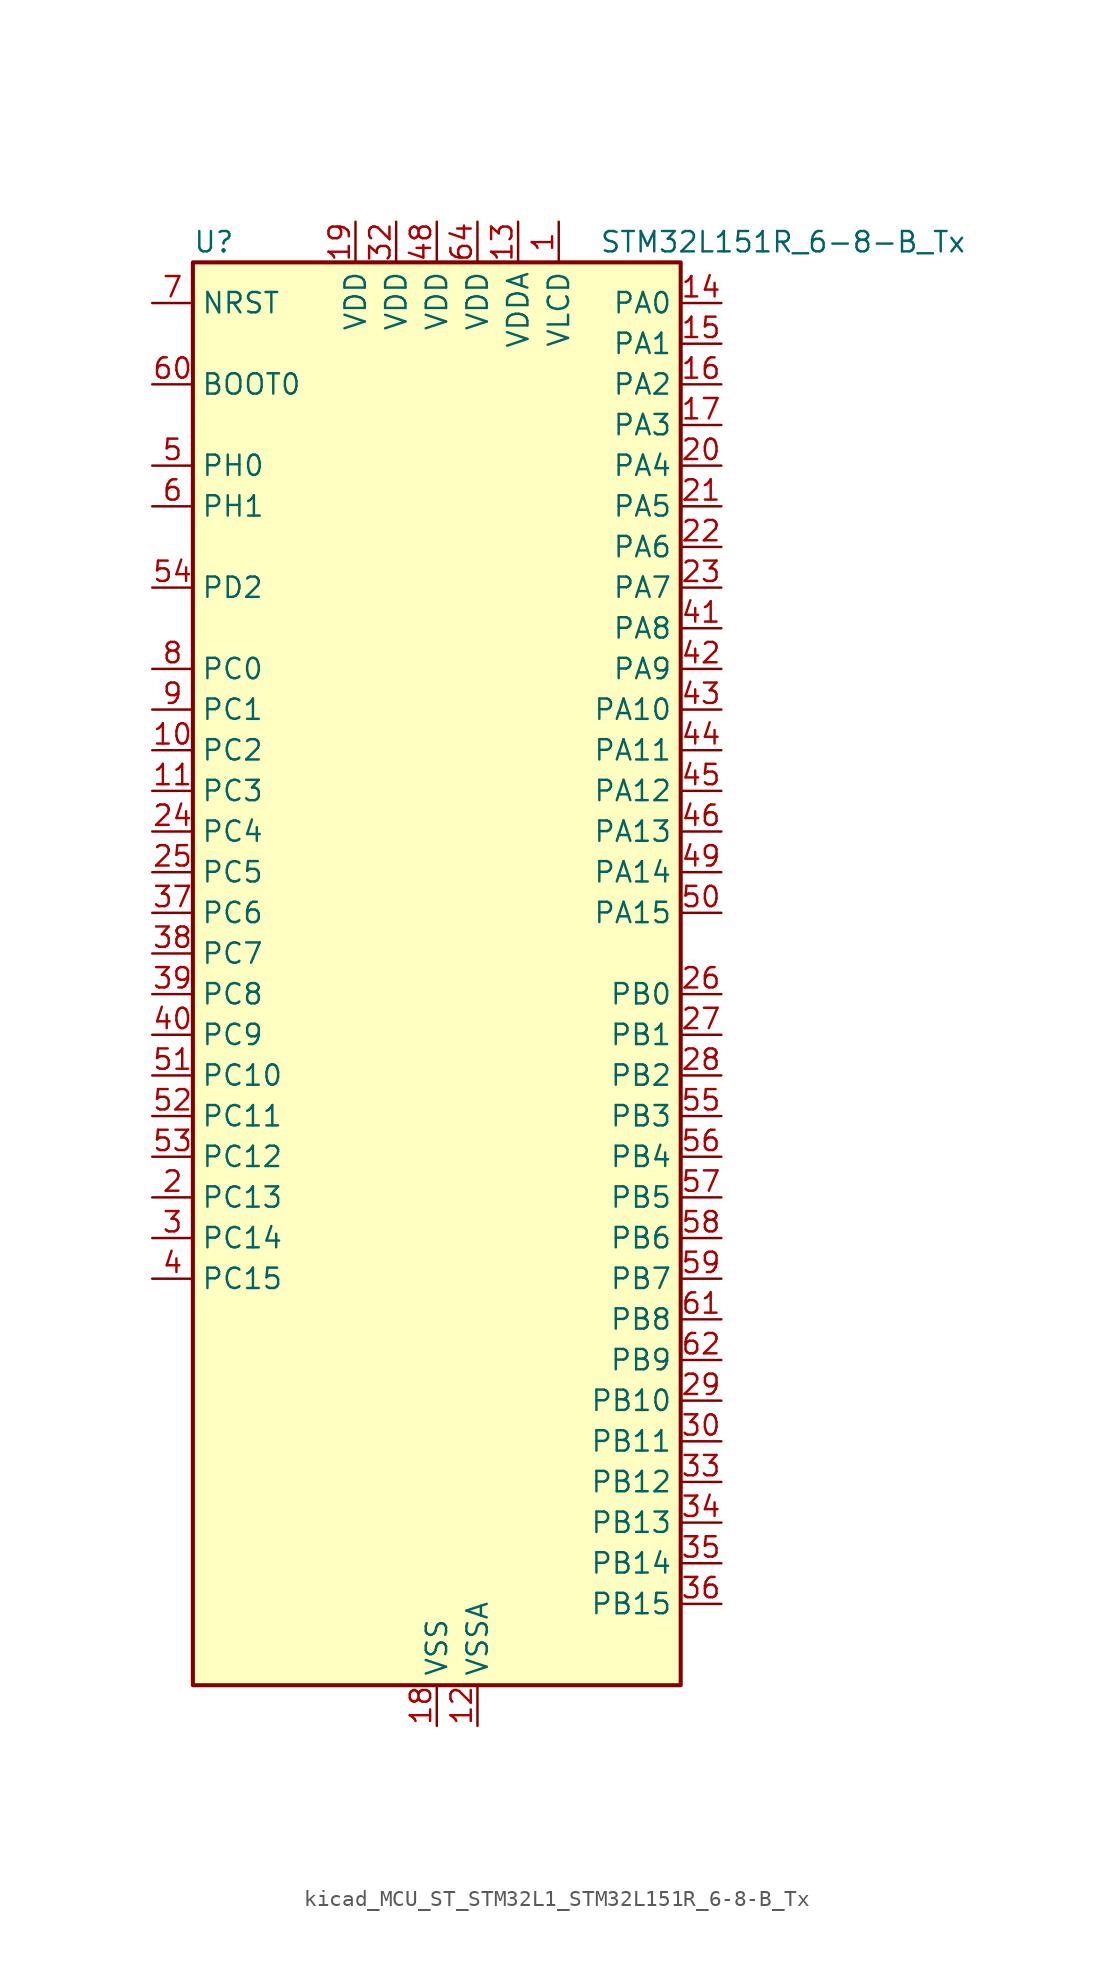
<source format=kicad_sym>
(kicad_symbol_lib
  (version 20220914)
  (generator kicad_symbol_editor)
  (symbol "kicad_MCU_ST_STM32L1_STM32L151R_6-8-B_Tx"
    (property "Reference" "U"
      (at -15.24 46.99 0)
      (effects (font (size 1.27 1.27)) (justify left)))
    (property "Value" "STM32L151R_6-8-B_Tx"
      (at 10.16 46.99 0)
      (effects (font (size 1.27 1.27)) (justify left)))
    (property "ki_locked" ""
      (at 0 0 0)
      (effects (font (size 1.27 1.27))))
    (symbol "kicad_MCU_ST_STM32L1_STM32L151R_6-8-B_Tx_0_1"
      (rectangle (start -15.24 -43.18) (end 15.24 45.72) (stroke (width 0.254) (type default)) (fill (type background))))
    (symbol "kicad_MCU_ST_STM32L1_STM32L151R_6-8-B_Tx_1_1"
      (pin power_in line (at 7.62 48.26 270) (length 2.54) (name "VLCD" (effects (font (size 1.27 1.27)))) (number "1" (effects (font (size 1.27 1.27)))))
      (pin bidirectional line (at -17.78 15.24 0) (length 2.54) (name "PC2" (effects (font (size 1.27 1.27)))) (number "10" (effects (font (size 1.27 1.27)))) (alternate "ADC_IN12" bidirectional line) (alternate "COMP1_INP" bidirectional line) (alternate "TIMX_IC3" bidirectional line) (alternate "TS_G8_IO3" bidirectional line))
      (pin bidirectional line (at -17.78 12.7 0) (length 2.54) (name "PC3" (effects (font (size 1.27 1.27)))) (number "11" (effects (font (size 1.27 1.27)))) (alternate "ADC_IN13" bidirectional line) (alternate "COMP1_INP" bidirectional line) (alternate "TIMX_IC4" bidirectional line) (alternate "TS_G8_IO4" bidirectional line))
      (pin power_in line (at 2.54 -45.72 90) (length 2.54) (name "VSSA" (effects (font (size 1.27 1.27)))) (number "12" (effects (font (size 1.27 1.27)))))
      (pin power_in line (at 5.08 48.26 270) (length 2.54) (name "VDDA" (effects (font (size 1.27 1.27)))) (number "13" (effects (font (size 1.27 1.27)))))
      (pin bidirectional line (at 17.78 43.18 180) (length 2.54) (name "PA0" (effects (font (size 1.27 1.27)))) (number "14" (effects (font (size 1.27 1.27)))) (alternate "ADC_IN0" bidirectional line) (alternate "COMP1_INP" bidirectional line) (alternate "SYS_WKUP1" bidirectional line) (alternate "TIM2_CH1" bidirectional line) (alternate "TIM2_ETR" bidirectional line) (alternate "TIMX_IC1" bidirectional line) (alternate "TS_G1_IO1" bidirectional line) (alternate "USART2_CTS" bidirectional line))
      (pin bidirectional line (at 17.78 40.64 180) (length 2.54) (name "PA1" (effects (font (size 1.27 1.27)))) (number "15" (effects (font (size 1.27 1.27)))) (alternate "ADC_IN1" bidirectional line) (alternate "COMP1_INP" bidirectional line) (alternate "TIM2_CH2" bidirectional line) (alternate "TIMX_IC2" bidirectional line) (alternate "TS_G1_IO2" bidirectional line) (alternate "USART2_RTS" bidirectional line))
      (pin bidirectional line (at 17.78 38.1 180) (length 2.54) (name "PA2" (effects (font (size 1.27 1.27)))) (number "16" (effects (font (size 1.27 1.27)))) (alternate "ADC_IN2" bidirectional line) (alternate "COMP1_INP" bidirectional line) (alternate "TIM2_CH3" bidirectional line) (alternate "TIM9_CH1" bidirectional line) (alternate "TIMX_IC3" bidirectional line) (alternate "TS_G1_IO3" bidirectional line) (alternate "USART2_TX" bidirectional line))
      (pin bidirectional line (at 17.78 35.56 180) (length 2.54) (name "PA3" (effects (font (size 1.27 1.27)))) (number "17" (effects (font (size 1.27 1.27)))) (alternate "ADC_IN3" bidirectional line) (alternate "COMP1_INP" bidirectional line) (alternate "TIM2_CH4" bidirectional line) (alternate "TIM9_CH2" bidirectional line) (alternate "TIMX_IC4" bidirectional line) (alternate "TS_G1_IO4" bidirectional line) (alternate "USART2_RX" bidirectional line))
      (pin power_in line (at 0 -45.72 90) (length 2.54) (name "VSS" (effects (font (size 1.27 1.27)))) (number "18" (effects (font (size 1.27 1.27)))))
      (pin power_in line (at -5.08 48.26 270) (length 2.54) (name "VDD" (effects (font (size 1.27 1.27)))) (number "19" (effects (font (size 1.27 1.27)))))
      (pin bidirectional line (at -17.78 -12.7 0) (length 2.54) (name "PC13" (effects (font (size 1.27 1.27)))) (number "2" (effects (font (size 1.27 1.27)))) (alternate "RTC_OUT_ALARM" bidirectional line) (alternate "RTC_OUT_CALIB" bidirectional line) (alternate "RTC_TAMP1" bidirectional line) (alternate "RTC_TS" bidirectional line) (alternate "SYS_WKUP2" bidirectional line) (alternate "TIMX_IC2" bidirectional line))
      (pin bidirectional line (at 17.78 33.02 180) (length 2.54) (name "PA4" (effects (font (size 1.27 1.27)))) (number "20" (effects (font (size 1.27 1.27)))) (alternate "ADC_IN4" bidirectional line) (alternate "COMP1_INP" bidirectional line) (alternate "DAC_OUT1" bidirectional line) (alternate "SPI1_NSS" bidirectional line) (alternate "TIMX_IC1" bidirectional line) (alternate "USART2_CK" bidirectional line))
      (pin bidirectional line (at 17.78 30.48 180) (length 2.54) (name "PA5" (effects (font (size 1.27 1.27)))) (number "21" (effects (font (size 1.27 1.27)))) (alternate "ADC_IN5" bidirectional line) (alternate "COMP1_INP" bidirectional line) (alternate "DAC_OUT2" bidirectional line) (alternate "SPI1_SCK" bidirectional line) (alternate "TIM2_CH1" bidirectional line) (alternate "TIM2_ETR" bidirectional line) (alternate "TIMX_IC2" bidirectional line))
      (pin bidirectional line (at 17.78 27.94 180) (length 2.54) (name "PA6" (effects (font (size 1.27 1.27)))) (number "22" (effects (font (size 1.27 1.27)))) (alternate "ADC_IN6" bidirectional line) (alternate "COMP1_INP" bidirectional line) (alternate "SPI1_MISO" bidirectional line) (alternate "TIM10_CH1" bidirectional line) (alternate "TIM3_CH1" bidirectional line) (alternate "TIMX_IC3" bidirectional line) (alternate "TS_G2_IO1" bidirectional line))
      (pin bidirectional line (at 17.78 25.4 180) (length 2.54) (name "PA7" (effects (font (size 1.27 1.27)))) (number "23" (effects (font (size 1.27 1.27)))) (alternate "ADC_IN7" bidirectional line) (alternate "COMP1_INP" bidirectional line) (alternate "SPI1_MOSI" bidirectional line) (alternate "TIM11_CH1" bidirectional line) (alternate "TIM3_CH2" bidirectional line) (alternate "TIMX_IC4" bidirectional line) (alternate "TS_G2_IO2" bidirectional line))
      (pin bidirectional line (at -17.78 10.16 0) (length 2.54) (name "PC4" (effects (font (size 1.27 1.27)))) (number "24" (effects (font (size 1.27 1.27)))) (alternate "ADC_IN14" bidirectional line) (alternate "COMP1_INP" bidirectional line) (alternate "TIMX_IC1" bidirectional line) (alternate "TS_G9_IO1" bidirectional line))
      (pin bidirectional line (at -17.78 7.62 0) (length 2.54) (name "PC5" (effects (font (size 1.27 1.27)))) (number "25" (effects (font (size 1.27 1.27)))) (alternate "ADC_IN15" bidirectional line) (alternate "COMP1_INP" bidirectional line) (alternate "TIMX_IC2" bidirectional line) (alternate "TS_G9_IO2" bidirectional line))
      (pin bidirectional line (at 17.78 0 180) (length 2.54) (name "PB0" (effects (font (size 1.27 1.27)))) (number "26" (effects (font (size 1.27 1.27)))) (alternate "ADC_IN8" bidirectional line) (alternate "COMP1_INP" bidirectional line) (alternate "SYS_V_REF_OUT" bidirectional line) (alternate "TIM3_CH3" bidirectional line) (alternate "TS_G3_IO1" bidirectional line))
      (pin bidirectional line (at 17.78 -2.54 180) (length 2.54) (name "PB1" (effects (font (size 1.27 1.27)))) (number "27" (effects (font (size 1.27 1.27)))) (alternate "ADC_IN9" bidirectional line) (alternate "COMP1_INP" bidirectional line) (alternate "SYS_V_REF_OUT" bidirectional line) (alternate "TIM3_CH4" bidirectional line) (alternate "TS_G3_IO2" bidirectional line))
      (pin bidirectional line (at 17.78 -5.08 180) (length 2.54) (name "PB2" (effects (font (size 1.27 1.27)))) (number "28" (effects (font (size 1.27 1.27)))))
      (pin bidirectional line (at 17.78 -25.4 180) (length 2.54) (name "PB10" (effects (font (size 1.27 1.27)))) (number "29" (effects (font (size 1.27 1.27)))) (alternate "I2C2_SCL" bidirectional line) (alternate "TIM2_CH3" bidirectional line) (alternate "USART3_TX" bidirectional line))
      (pin bidirectional line (at -17.78 -15.24 0) (length 2.54) (name "PC14" (effects (font (size 1.27 1.27)))) (number "3" (effects (font (size 1.27 1.27)))) (alternate "RCC_OSC32_IN" bidirectional line) (alternate "TIMX_IC3" bidirectional line))
      (pin bidirectional line (at 17.78 -27.94 180) (length 2.54) (name "PB11" (effects (font (size 1.27 1.27)))) (number "30" (effects (font (size 1.27 1.27)))) (alternate "ADC_EXTI11" bidirectional line) (alternate "I2C2_SDA" bidirectional line) (alternate "TIM2_CH4" bidirectional line) (alternate "USART3_RX" bidirectional line))
      (pin passive line (at 0 -45.72 90) (length 2.54) hide (name "VSS" (effects (font (size 1.27 1.27)))) (number "31" (effects (font (size 1.27 1.27)))))
      (pin power_in line (at -2.54 48.26 270) (length 2.54) (name "VDD" (effects (font (size 1.27 1.27)))) (number "32" (effects (font (size 1.27 1.27)))))
      (pin bidirectional line (at 17.78 -30.48 180) (length 2.54) (name "PB12" (effects (font (size 1.27 1.27)))) (number "33" (effects (font (size 1.27 1.27)))) (alternate "ADC_IN18" bidirectional line) (alternate "COMP1_INP" bidirectional line) (alternate "I2C2_SMBA" bidirectional line) (alternate "SPI2_NSS" bidirectional line) (alternate "TIM10_CH1" bidirectional line) (alternate "TS_G7_IO1" bidirectional line) (alternate "USART3_CK" bidirectional line))
      (pin bidirectional line (at 17.78 -33.02 180) (length 2.54) (name "PB13" (effects (font (size 1.27 1.27)))) (number "34" (effects (font (size 1.27 1.27)))) (alternate "ADC_IN19" bidirectional line) (alternate "COMP1_INP" bidirectional line) (alternate "SPI2_SCK" bidirectional line) (alternate "TIM9_CH1" bidirectional line) (alternate "TS_G7_IO2" bidirectional line) (alternate "USART3_CTS" bidirectional line))
      (pin bidirectional line (at 17.78 -35.56 180) (length 2.54) (name "PB14" (effects (font (size 1.27 1.27)))) (number "35" (effects (font (size 1.27 1.27)))) (alternate "ADC_IN20" bidirectional line) (alternate "COMP1_INP" bidirectional line) (alternate "SPI2_MISO" bidirectional line) (alternate "TIM9_CH2" bidirectional line) (alternate "TS_G7_IO3" bidirectional line) (alternate "USART3_RTS" bidirectional line))
      (pin bidirectional line (at 17.78 -38.1 180) (length 2.54) (name "PB15" (effects (font (size 1.27 1.27)))) (number "36" (effects (font (size 1.27 1.27)))) (alternate "ADC_EXTI15" bidirectional line) (alternate "ADC_IN21" bidirectional line) (alternate "COMP1_INP" bidirectional line) (alternate "RTC_REFIN" bidirectional line) (alternate "SPI2_MOSI" bidirectional line) (alternate "TIM11_CH1" bidirectional line) (alternate "TS_G7_IO4" bidirectional line))
      (pin bidirectional line (at -17.78 5.08 0) (length 2.54) (name "PC6" (effects (font (size 1.27 1.27)))) (number "37" (effects (font (size 1.27 1.27)))) (alternate "TIM3_CH1" bidirectional line) (alternate "TIMX_IC3" bidirectional line) (alternate "TS_G10_IO1" bidirectional line))
      (pin bidirectional line (at -17.78 2.54 0) (length 2.54) (name "PC7" (effects (font (size 1.27 1.27)))) (number "38" (effects (font (size 1.27 1.27)))) (alternate "TIM3_CH2" bidirectional line) (alternate "TIMX_IC4" bidirectional line) (alternate "TS_G10_IO2" bidirectional line))
      (pin bidirectional line (at -17.78 0 0) (length 2.54) (name "PC8" (effects (font (size 1.27 1.27)))) (number "39" (effects (font (size 1.27 1.27)))) (alternate "TIM3_CH3" bidirectional line) (alternate "TIMX_IC1" bidirectional line) (alternate "TS_G10_IO3" bidirectional line))
      (pin bidirectional line (at -17.78 -17.78 0) (length 2.54) (name "PC15" (effects (font (size 1.27 1.27)))) (number "4" (effects (font (size 1.27 1.27)))) (alternate "ADC_EXTI15" bidirectional line) (alternate "RCC_OSC32_OUT" bidirectional line) (alternate "TIMX_IC4" bidirectional line))
      (pin bidirectional line (at -17.78 -2.54 0) (length 2.54) (name "PC9" (effects (font (size 1.27 1.27)))) (number "40" (effects (font (size 1.27 1.27)))) (alternate "DAC_EXTI9" bidirectional line) (alternate "TIM3_CH4" bidirectional line) (alternate "TIMX_IC2" bidirectional line) (alternate "TS_G10_IO4" bidirectional line))
      (pin bidirectional line (at 17.78 22.86 180) (length 2.54) (name "PA8" (effects (font (size 1.27 1.27)))) (number "41" (effects (font (size 1.27 1.27)))) (alternate "RCC_MCO" bidirectional line) (alternate "TIMX_IC1" bidirectional line) (alternate "TS_G4_IO1" bidirectional line) (alternate "USART1_CK" bidirectional line))
      (pin bidirectional line (at 17.78 20.32 180) (length 2.54) (name "PA9" (effects (font (size 1.27 1.27)))) (number "42" (effects (font (size 1.27 1.27)))) (alternate "DAC_EXTI9" bidirectional line) (alternate "TIMX_IC2" bidirectional line) (alternate "TS_G4_IO2" bidirectional line) (alternate "USART1_TX" bidirectional line))
      (pin bidirectional line (at 17.78 17.78 180) (length 2.54) (name "PA10" (effects (font (size 1.27 1.27)))) (number "43" (effects (font (size 1.27 1.27)))) (alternate "TIMX_IC3" bidirectional line) (alternate "TS_G4_IO3" bidirectional line) (alternate "USART1_RX" bidirectional line))
      (pin bidirectional line (at 17.78 15.24 180) (length 2.54) (name "PA11" (effects (font (size 1.27 1.27)))) (number "44" (effects (font (size 1.27 1.27)))) (alternate "ADC_EXTI11" bidirectional line) (alternate "SPI1_MISO" bidirectional line) (alternate "TIMX_IC4" bidirectional line) (alternate "USART1_CTS" bidirectional line) (alternate "USB_DM" bidirectional line))
      (pin bidirectional line (at 17.78 12.7 180) (length 2.54) (name "PA12" (effects (font (size 1.27 1.27)))) (number "45" (effects (font (size 1.27 1.27)))) (alternate "SPI1_MOSI" bidirectional line) (alternate "TIMX_IC1" bidirectional line) (alternate "USART1_RTS" bidirectional line) (alternate "USB_DP" bidirectional line))
      (pin bidirectional line (at 17.78 10.16 180) (length 2.54) (name "PA13" (effects (font (size 1.27 1.27)))) (number "46" (effects (font (size 1.27 1.27)))) (alternate "SYS_JTMS-SWDIO" bidirectional line) (alternate "TIMX_IC2" bidirectional line) (alternate "TS_G5_IO1" bidirectional line))
      (pin passive line (at 0 -45.72 90) (length 2.54) hide (name "VSS" (effects (font (size 1.27 1.27)))) (number "47" (effects (font (size 1.27 1.27)))))
      (pin power_in line (at 0 48.26 270) (length 2.54) (name "VDD" (effects (font (size 1.27 1.27)))) (number "48" (effects (font (size 1.27 1.27)))))
      (pin bidirectional line (at 17.78 7.62 180) (length 2.54) (name "PA14" (effects (font (size 1.27 1.27)))) (number "49" (effects (font (size 1.27 1.27)))) (alternate "SYS_JTCK-SWCLK" bidirectional line) (alternate "TIMX_IC3" bidirectional line) (alternate "TS_G5_IO2" bidirectional line))
      (pin bidirectional line (at -17.78 33.02 0) (length 2.54) (name "PH0" (effects (font (size 1.27 1.27)))) (number "5" (effects (font (size 1.27 1.27)))) (alternate "RCC_OSC_IN" bidirectional line))
      (pin bidirectional line (at 17.78 5.08 180) (length 2.54) (name "PA15" (effects (font (size 1.27 1.27)))) (number "50" (effects (font (size 1.27 1.27)))) (alternate "ADC_EXTI15" bidirectional line) (alternate "SPI1_NSS" bidirectional line) (alternate "SYS_JTDI" bidirectional line) (alternate "TIM2_CH1" bidirectional line) (alternate "TIM2_ETR" bidirectional line) (alternate "TIMX_IC4" bidirectional line) (alternate "TS_G5_IO3" bidirectional line))
      (pin bidirectional line (at -17.78 -5.08 0) (length 2.54) (name "PC10" (effects (font (size 1.27 1.27)))) (number "51" (effects (font (size 1.27 1.27)))) (alternate "TIMX_IC3" bidirectional line) (alternate "USART3_TX" bidirectional line))
      (pin bidirectional line (at -17.78 -7.62 0) (length 2.54) (name "PC11" (effects (font (size 1.27 1.27)))) (number "52" (effects (font (size 1.27 1.27)))) (alternate "ADC_EXTI11" bidirectional line) (alternate "TIMX_IC4" bidirectional line) (alternate "USART3_RX" bidirectional line))
      (pin bidirectional line (at -17.78 -10.16 0) (length 2.54) (name "PC12" (effects (font (size 1.27 1.27)))) (number "53" (effects (font (size 1.27 1.27)))) (alternate "TIMX_IC1" bidirectional line) (alternate "USART3_CK" bidirectional line))
      (pin bidirectional line (at -17.78 25.4 0) (length 2.54) (name "PD2" (effects (font (size 1.27 1.27)))) (number "54" (effects (font (size 1.27 1.27)))) (alternate "TIM3_ETR" bidirectional line) (alternate "TIMX_IC3" bidirectional line))
      (pin bidirectional line (at 17.78 -7.62 180) (length 2.54) (name "PB3" (effects (font (size 1.27 1.27)))) (number "55" (effects (font (size 1.27 1.27)))) (alternate "COMP2_INM" bidirectional line) (alternate "SPI1_SCK" bidirectional line) (alternate "SYS_JTDO-TRACESWO" bidirectional line) (alternate "TIM2_CH2" bidirectional line))
      (pin bidirectional line (at 17.78 -10.16 180) (length 2.54) (name "PB4" (effects (font (size 1.27 1.27)))) (number "56" (effects (font (size 1.27 1.27)))) (alternate "COMP2_INP" bidirectional line) (alternate "SPI1_MISO" bidirectional line) (alternate "SYS_JTRST" bidirectional line) (alternate "TIM3_CH1" bidirectional line) (alternate "TS_G6_IO1" bidirectional line))
      (pin bidirectional line (at 17.78 -12.7 180) (length 2.54) (name "PB5" (effects (font (size 1.27 1.27)))) (number "57" (effects (font (size 1.27 1.27)))) (alternate "COMP2_INP" bidirectional line) (alternate "I2C1_SMBA" bidirectional line) (alternate "SPI1_MOSI" bidirectional line) (alternate "TIM3_CH2" bidirectional line) (alternate "TS_G6_IO2" bidirectional line))
      (pin bidirectional line (at 17.78 -15.24 180) (length 2.54) (name "PB6" (effects (font (size 1.27 1.27)))) (number "58" (effects (font (size 1.27 1.27)))) (alternate "I2C1_SCL" bidirectional line) (alternate "TIM4_CH1" bidirectional line) (alternate "USART1_TX" bidirectional line))
      (pin bidirectional line (at 17.78 -17.78 180) (length 2.54) (name "PB7" (effects (font (size 1.27 1.27)))) (number "59" (effects (font (size 1.27 1.27)))) (alternate "I2C1_SDA" bidirectional line) (alternate "SYS_PVD_IN" bidirectional line) (alternate "TIM4_CH2" bidirectional line) (alternate "USART1_RX" bidirectional line))
      (pin bidirectional line (at -17.78 30.48 0) (length 2.54) (name "PH1" (effects (font (size 1.27 1.27)))) (number "6" (effects (font (size 1.27 1.27)))) (alternate "RCC_OSC_OUT" bidirectional line))
      (pin input line (at -17.78 38.1 0) (length 2.54) (name "BOOT0" (effects (font (size 1.27 1.27)))) (number "60" (effects (font (size 1.27 1.27)))))
      (pin bidirectional line (at 17.78 -20.32 180) (length 2.54) (name "PB8" (effects (font (size 1.27 1.27)))) (number "61" (effects (font (size 1.27 1.27)))) (alternate "I2C1_SCL" bidirectional line) (alternate "TIM10_CH1" bidirectional line) (alternate "TIM4_CH3" bidirectional line))
      (pin bidirectional line (at 17.78 -22.86 180) (length 2.54) (name "PB9" (effects (font (size 1.27 1.27)))) (number "62" (effects (font (size 1.27 1.27)))) (alternate "DAC_EXTI9" bidirectional line) (alternate "I2C1_SDA" bidirectional line) (alternate "TIM11_CH1" bidirectional line) (alternate "TIM4_CH4" bidirectional line))
      (pin passive line (at 0 -45.72 90) (length 2.54) hide (name "VSS" (effects (font (size 1.27 1.27)))) (number "63" (effects (font (size 1.27 1.27)))))
      (pin power_in line (at 2.54 48.26 270) (length 2.54) (name "VDD" (effects (font (size 1.27 1.27)))) (number "64" (effects (font (size 1.27 1.27)))))
      (pin input line (at -17.78 43.18 0) (length 2.54) (name "NRST" (effects (font (size 1.27 1.27)))) (number "7" (effects (font (size 1.27 1.27)))))
      (pin bidirectional line (at -17.78 20.32 0) (length 2.54) (name "PC0" (effects (font (size 1.27 1.27)))) (number "8" (effects (font (size 1.27 1.27)))) (alternate "ADC_IN10" bidirectional line) (alternate "COMP1_INP" bidirectional line) (alternate "TIMX_IC1" bidirectional line) (alternate "TS_G8_IO1" bidirectional line))
      (pin bidirectional line (at -17.78 17.78 0) (length 2.54) (name "PC1" (effects (font (size 1.27 1.27)))) (number "9" (effects (font (size 1.27 1.27)))) (alternate "ADC_IN11" bidirectional line) (alternate "COMP1_INP" bidirectional line) (alternate "TIMX_IC2" bidirectional line) (alternate "TS_G8_IO2" bidirectional line)))))
</source>
